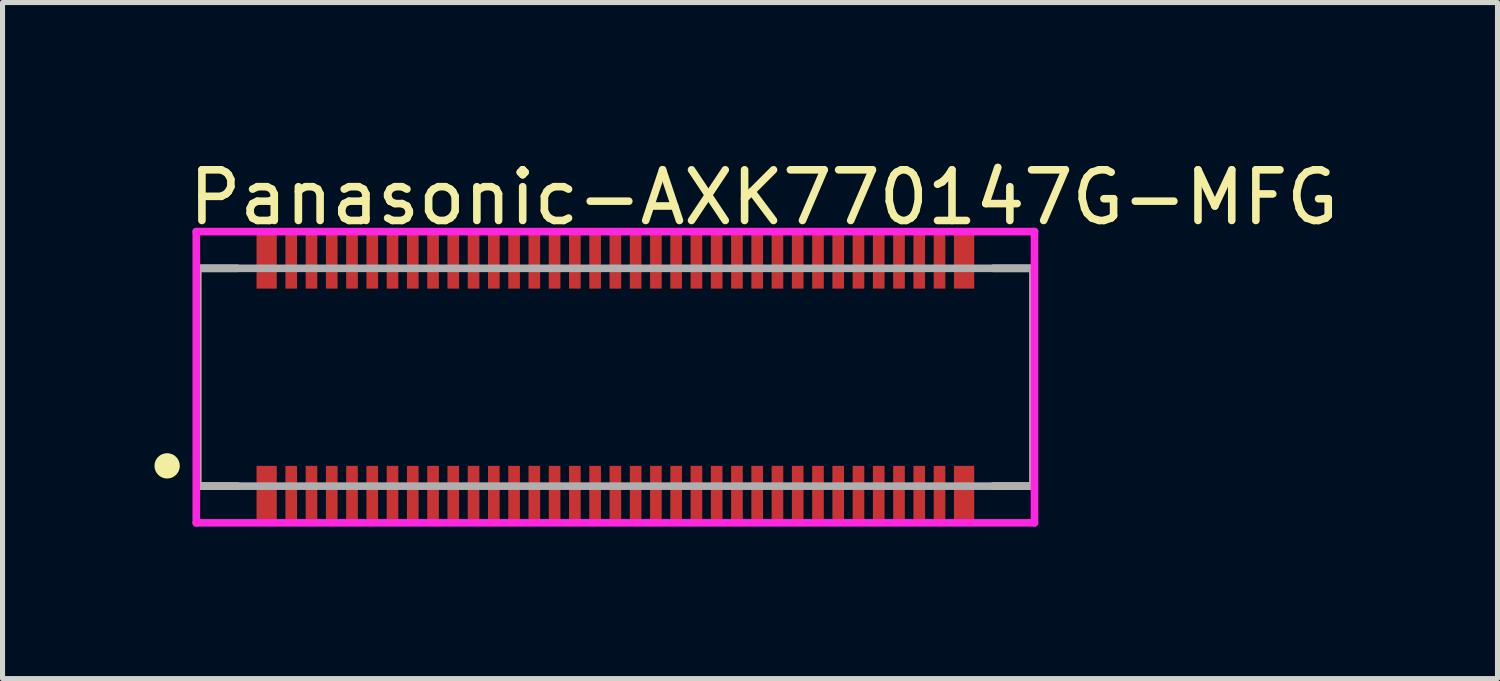
<source format=kicad_pcb>
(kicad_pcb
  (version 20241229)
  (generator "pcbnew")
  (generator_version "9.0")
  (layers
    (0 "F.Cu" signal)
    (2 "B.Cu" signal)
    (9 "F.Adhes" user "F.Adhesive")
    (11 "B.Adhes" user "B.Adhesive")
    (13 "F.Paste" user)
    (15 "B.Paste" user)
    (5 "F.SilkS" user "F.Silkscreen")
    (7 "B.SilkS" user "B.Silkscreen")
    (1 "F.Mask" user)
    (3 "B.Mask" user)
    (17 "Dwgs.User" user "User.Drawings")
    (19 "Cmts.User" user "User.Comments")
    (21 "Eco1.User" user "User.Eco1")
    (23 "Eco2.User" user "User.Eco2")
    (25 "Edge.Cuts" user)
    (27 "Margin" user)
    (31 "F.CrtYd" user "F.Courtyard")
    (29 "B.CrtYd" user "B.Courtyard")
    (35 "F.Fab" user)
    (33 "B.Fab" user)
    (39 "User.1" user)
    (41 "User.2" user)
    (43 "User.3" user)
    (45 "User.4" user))
  (footprint "Panasonic-AXK770147G-MFG"
    (layer "F.Cu")
    (at 9.1 4.398)
    (property "Reference" "Panasonic-AXK770147G-MFG" (at -8.5 -3.55 0) (layer "F.SilkS") (effects (font (size 1 1) (thickness 0.15)) (justify left)))
    (attr through_hole)
    (fp_line (start -8.25 -2.15) (end -7.46 -2.15) (stroke (width 0.15) (type solid)) (layer "F.SilkS"))
    (fp_line (start -8.25 2.15) (end -8.25 -2.15) (stroke (width 0.15) (type solid)) (layer "F.SilkS"))
    (fp_line (start -8.25 2.15) (end -7.46 2.15) (stroke (width 0.15) (type solid)) (layer "F.SilkS"))
    (fp_line (start 7.46 -2.15) (end 8.25 -2.15) (stroke (width 0.15) (type solid)) (layer "F.SilkS"))
    (fp_line (start 7.46 2.15) (end 8.25 2.15) (stroke (width 0.15) (type solid)) (layer "F.SilkS"))
    (fp_line (start 8.25 2.15) (end 8.25 -2.15) (stroke (width 0.15) (type solid)) (layer "F.SilkS"))
    (fp_circle (center -8.85 1.75) (end -8.725 1.75) (stroke (width 0.25) (type solid)) (fill no) (layer "F.SilkS"))
    (fp_line (start -8.275 -2.875) (end -8.275 2.875) (stroke (width 0.15) (type solid)) (layer "F.CrtYd"))
    (fp_line (start -8.275 2.875) (end 8.275 2.875) (stroke (width 0.15) (type solid)) (layer "F.CrtYd"))
    (fp_line (start 8.275 -2.875) (end -8.275 -2.875) (stroke (width 0.15) (type solid)) (layer "F.CrtYd"))
    (fp_line (start 8.275 -2.875) (end 8.275 -2.875) (stroke (width 0.15) (type solid)) (layer "F.CrtYd"))
    (fp_line (start 8.275 2.875) (end 8.275 -2.875) (stroke (width 0.15) (type solid)) (layer "F.CrtYd"))
    (fp_line (start -8.25 -2.15) (end 8.25 -2.15) (stroke (width 0.15) (type solid)) (layer "F.Fab"))
    (fp_line (start -8.25 2.15) (end -8.25 -2.15) (stroke (width 0.15) (type solid)) (layer "F.Fab"))
    (fp_line (start 8.25 -2.15) (end 8.25 2.15) (stroke (width 0.15) (type solid)) (layer "F.Fab"))
    (fp_line (start 8.25 2.15) (end -8.25 2.15) (stroke (width 0.15) (type solid)) (layer "F.Fab"))
    (pad "" smd rect (at -6.875 -2.435) (size 0.35 0.63) (layers "F.Paste"))
    (pad "" smd rect (at -6.875 2.435) (size 0.35 0.63) (layers "F.Paste"))
    (pad "" smd rect (at -6.4 -2.435) (size 0.2 0.63) (layers "F.Paste"))
    (pad "" smd rect (at -6.4 2.435) (size 0.2 0.63) (layers "F.Paste"))
    (pad "" smd rect (at -6 -2.435) (size 0.2 0.63) (layers "F.Paste"))
    (pad "" smd rect (at -6 2.435) (size 0.2 0.63) (layers "F.Paste"))
    (pad "" smd rect (at -5.6 -2.435) (size 0.2 0.63) (layers "F.Paste"))
    (pad "" smd rect (at -5.6 2.435) (size 0.2 0.63) (layers "F.Paste"))
    (pad "" smd rect (at -5.2 -2.435) (size 0.2 0.63) (layers "F.Paste"))
    (pad "" smd rect (at -5.2 2.435) (size 0.2 0.63) (layers "F.Paste"))
    (pad "" smd rect (at -4.8 -2.435) (size 0.2 0.63) (layers "F.Paste"))
    (pad "" smd rect (at -4.8 2.435) (size 0.2 0.63) (layers "F.Paste"))
    (pad "" smd rect (at -4.4 -2.435) (size 0.2 0.63) (layers "F.Paste"))
    (pad "" smd rect (at -4.4 2.435) (size 0.2 0.63) (layers "F.Paste"))
    (pad "" smd rect (at -4 -2.435) (size 0.2 0.63) (layers "F.Paste"))
    (pad "" smd rect (at -4 2.435) (size 0.2 0.63) (layers "F.Paste"))
    (pad "" smd rect (at -3.6 -2.435) (size 0.2 0.63) (layers "F.Paste"))
    (pad "" smd rect (at -3.6 2.435) (size 0.2 0.63) (layers "F.Paste"))
    (pad "" smd rect (at -3.2 -2.435) (size 0.2 0.63) (layers "F.Paste"))
    (pad "" smd rect (at -3.2 2.435) (size 0.2 0.63) (layers "F.Paste"))
    (pad "" smd rect (at -2.8 -2.435) (size 0.2 0.63) (layers "F.Paste"))
    (pad "" smd rect (at -2.8 2.435) (size 0.2 0.63) (layers "F.Paste"))
    (pad "" smd rect (at -2.4 -2.435) (size 0.2 0.63) (layers "F.Paste"))
    (pad "" smd rect (at -2.4 2.435) (size 0.2 0.63) (layers "F.Paste"))
    (pad "" smd rect (at -2 -2.435) (size 0.2 0.63) (layers "F.Paste"))
    (pad "" smd rect (at -2 2.435) (size 0.2 0.63) (layers "F.Paste"))
    (pad "" smd rect (at -1.6 -2.435) (size 0.2 0.63) (layers "F.Paste"))
    (pad "" smd rect (at -1.6 2.435) (size 0.2 0.63) (layers "F.Paste"))
    (pad "" smd rect (at -1.2 -2.435) (size 0.2 0.63) (layers "F.Paste"))
    (pad "" smd rect (at -1.2 2.435) (size 0.2 0.63) (layers "F.Paste"))
    (pad "" smd rect (at -0.8 -2.435) (size 0.2 0.63) (layers "F.Paste"))
    (pad "" smd rect (at -0.8 2.435) (size 0.2 0.63) (layers "F.Paste"))
    (pad "" smd rect (at -0.4 -2.435) (size 0.2 0.63) (layers "F.Paste"))
    (pad "" smd rect (at -0.4 2.435) (size 0.2 0.63) (layers "F.Paste"))
    (pad "" smd rect (at 0 -2.435) (size 0.2 0.63) (layers "F.Paste"))
    (pad "" smd rect (at 0 2.435) (size 0.2 0.63) (layers "F.Paste"))
    (pad "" smd rect (at 0.4 -2.435) (size 0.2 0.63) (layers "F.Paste"))
    (pad "" smd rect (at 0.4 2.435) (size 0.2 0.63) (layers "F.Paste"))
    (pad "" smd rect (at 0.8 -2.435) (size 0.2 0.63) (layers "F.Paste"))
    (pad "" smd rect (at 0.8 2.435) (size 0.2 0.63) (layers "F.Paste"))
    (pad "" smd rect (at 1.2 -2.435) (size 0.2 0.63) (layers "F.Paste"))
    (pad "" smd rect (at 1.2 2.435) (size 0.2 0.63) (layers "F.Paste"))
    (pad "" smd rect (at 1.6 -2.435) (size 0.2 0.63) (layers "F.Paste"))
    (pad "" smd rect (at 1.6 2.435) (size 0.2 0.63) (layers "F.Paste"))
    (pad "" smd rect (at 2 -2.435) (size 0.2 0.63) (layers "F.Paste"))
    (pad "" smd rect (at 2 2.435) (size 0.2 0.63) (layers "F.Paste"))
    (pad "" smd rect (at 2.4 -2.435) (size 0.2 0.63) (layers "F.Paste"))
    (pad "" smd rect (at 2.4 2.435) (size 0.2 0.63) (layers "F.Paste"))
    (pad "" smd rect (at 2.8 -2.435) (size 0.2 0.63) (layers "F.Paste"))
    (pad "" smd rect (at 2.8 2.435) (size 0.2 0.63) (layers "F.Paste"))
    (pad "" smd rect (at 3.2 -2.435) (size 0.2 0.63) (layers "F.Paste"))
    (pad "" smd rect (at 3.2 2.435) (size 0.2 0.63) (layers "F.Paste"))
    (pad "" smd rect (at 3.6 -2.435) (size 0.2 0.63) (layers "F.Paste"))
    (pad "" smd rect (at 3.6 2.435) (size 0.2 0.63) (layers "F.Paste"))
    (pad "" smd rect (at 4 -2.435) (size 0.2 0.63) (layers "F.Paste"))
    (pad "" smd rect (at 4 2.435) (size 0.2 0.63) (layers "F.Paste"))
    (pad "" smd rect (at 4.4 -2.435) (size 0.2 0.63) (layers "F.Paste"))
    (pad "" smd rect (at 4.4 2.435) (size 0.2 0.63) (layers "F.Paste"))
    (pad "" smd rect (at 4.8 -2.435) (size 0.2 0.63) (layers "F.Paste"))
    (pad "" smd rect (at 4.8 2.435) (size 0.2 0.63) (layers "F.Paste"))
    (pad "" smd rect (at 5.2 -2.435) (size 0.2 0.63) (layers "F.Paste"))
    (pad "" smd rect (at 5.2 2.435) (size 0.2 0.63) (layers "F.Paste"))
    (pad "" smd rect (at 5.6 -2.435) (size 0.2 0.63) (layers "F.Paste"))
    (pad "" smd rect (at 5.6 2.435) (size 0.2 0.63) (layers "F.Paste"))
    (pad "" smd rect (at 6 -2.435) (size 0.2 0.63) (layers "F.Paste"))
    (pad "" smd rect (at 6 2.435) (size 0.2 0.63) (layers "F.Paste"))
    (pad "" smd rect (at 6.4 -2.435) (size 0.2 0.63) (layers "F.Paste"))
    (pad "" smd rect (at 6.4 2.435) (size 0.2 0.63) (layers "F.Paste"))
    (pad "" smd rect (at 6.875 -2.435) (size 0.35 0.63) (layers "F.Paste"))
    (pad "" smd rect (at 6.875 2.435) (size 0.35 0.63) (layers "F.Paste"))
    (pad "1" smd rect (at -6.885 2.3) (size 0.4 1.1) (layers "F.Cu" "F.Mask"))
    (pad "2" smd rect (at -6.885 -2.3) (size 0.4 1.1) (layers "F.Cu" "F.Mask"))
    (pad "3" smd rect (at -6.4 2.3) (size 0.23 1.1) (layers "F.Cu" "F.Mask"))
    (pad "4" smd rect (at -6.4 -2.3) (size 0.23 1.1) (layers "F.Cu" "F.Mask"))
    (pad "5" smd rect (at -6 2.3) (size 0.23 1.1) (layers "F.Cu" "F.Mask"))
    (pad "6" smd rect (at -6 -2.3) (size 0.23 1.1) (layers "F.Cu" "F.Mask"))
    (pad "7" smd rect (at -5.6 2.3) (size 0.23 1.1) (layers "F.Cu" "F.Mask"))
    (pad "8" smd rect (at -5.6 -2.3) (size 0.23 1.1) (layers "F.Cu" "F.Mask"))
    (pad "9" smd rect (at -5.2 2.3) (size 0.23 1.1) (layers "F.Cu" "F.Mask"))
    (pad "10" smd rect (at -5.2 -2.3) (size 0.23 1.1) (layers "F.Cu" "F.Mask"))
    (pad "11" smd rect (at -4.8 2.3) (size 0.23 1.1) (layers "F.Cu" "F.Mask"))
    (pad "12" smd rect (at -4.8 -2.3) (size 0.23 1.1) (layers "F.Cu" "F.Mask"))
    (pad "13" smd rect (at -4.4 2.3) (size 0.23 1.1) (layers "F.Cu" "F.Mask"))
    (pad "14" smd rect (at -4.4 -2.3) (size 0.23 1.1) (layers "F.Cu" "F.Mask"))
    (pad "15" smd rect (at -4 2.3) (size 0.23 1.1) (layers "F.Cu" "F.Mask"))
    (pad "16" smd rect (at -4 -2.3) (size 0.23 1.1) (layers "F.Cu" "F.Mask"))
    (pad "17" smd rect (at -3.6 2.3) (size 0.23 1.1) (layers "F.Cu" "F.Mask"))
    (pad "18" smd rect (at -3.6 -2.3) (size 0.23 1.1) (layers "F.Cu" "F.Mask"))
    (pad "19" smd rect (at -3.2 2.3) (size 0.23 1.1) (layers "F.Cu" "F.Mask"))
    (pad "20" smd rect (at -3.2 -2.3) (size 0.23 1.1) (layers "F.Cu" "F.Mask"))
    (pad "21" smd rect (at -2.8 2.3) (size 0.23 1.1) (layers "F.Cu" "F.Mask"))
    (pad "22" smd rect (at -2.8 -2.3) (size 0.23 1.1) (layers "F.Cu" "F.Mask"))
    (pad "23" smd rect (at -2.4 2.3) (size 0.23 1.1) (layers "F.Cu" "F.Mask"))
    (pad "24" smd rect (at -2.4 -2.3) (size 0.23 1.1) (layers "F.Cu" "F.Mask"))
    (pad "25" smd rect (at -2 2.3) (size 0.23 1.1) (layers "F.Cu" "F.Mask"))
    (pad "26" smd rect (at -2 -2.3) (size 0.23 1.1) (layers "F.Cu" "F.Mask"))
    (pad "27" smd rect (at -1.6 2.3) (size 0.23 1.1) (layers "F.Cu" "F.Mask"))
    (pad "28" smd rect (at -1.6 -2.3) (size 0.23 1.1) (layers "F.Cu" "F.Mask"))
    (pad "29" smd rect (at -1.2 2.3) (size 0.23 1.1) (layers "F.Cu" "F.Mask"))
    (pad "30" smd rect (at -1.2 -2.3) (size 0.23 1.1) (layers "F.Cu" "F.Mask"))
    (pad "31" smd rect (at -0.8 2.3) (size 0.23 1.1) (layers "F.Cu" "F.Mask"))
    (pad "32" smd rect (at -0.8 -2.3) (size 0.23 1.1) (layers "F.Cu" "F.Mask"))
    (pad "33" smd rect (at -0.4 2.3) (size 0.23 1.1) (layers "F.Cu" "F.Mask"))
    (pad "34" smd rect (at -0.4 -2.3) (size 0.23 1.1) (layers "F.Cu" "F.Mask"))
    (pad "35" smd rect (at 0 2.3) (size 0.23 1.1) (layers "F.Cu" "F.Mask"))
    (pad "36" smd rect (at 0 -2.3) (size 0.23 1.1) (layers "F.Cu" "F.Mask"))
    (pad "37" smd rect (at 0.4 2.3) (size 0.23 1.1) (layers "F.Cu" "F.Mask"))
    (pad "38" smd rect (at 0.4 -2.3) (size 0.23 1.1) (layers "F.Cu" "F.Mask"))
    (pad "39" smd rect (at 0.8 2.3) (size 0.23 1.1) (layers "F.Cu" "F.Mask"))
    (pad "40" smd rect (at 0.8 -2.3) (size 0.23 1.1) (layers "F.Cu" "F.Mask"))
    (pad "41" smd rect (at 1.2 2.3) (size 0.23 1.1) (layers "F.Cu" "F.Mask"))
    (pad "42" smd rect (at 1.2 -2.3) (size 0.23 1.1) (layers "F.Cu" "F.Mask"))
    (pad "43" smd rect (at 1.6 2.3) (size 0.23 1.1) (layers "F.Cu" "F.Mask"))
    (pad "44" smd rect (at 1.6 -2.3) (size 0.23 1.1) (layers "F.Cu" "F.Mask"))
    (pad "45" smd rect (at 2 2.3) (size 0.23 1.1) (layers "F.Cu" "F.Mask"))
    (pad "46" smd rect (at 2 -2.3) (size 0.23 1.1) (layers "F.Cu" "F.Mask"))
    (pad "47" smd rect (at 2.4 2.3) (size 0.23 1.1) (layers "F.Cu" "F.Mask"))
    (pad "48" smd rect (at 2.4 -2.3) (size 0.23 1.1) (layers "F.Cu" "F.Mask"))
    (pad "49" smd rect (at 2.8 2.3) (size 0.23 1.1) (layers "F.Cu" "F.Mask"))
    (pad "50" smd rect (at 2.8 -2.3) (size 0.23 1.1) (layers "F.Cu" "F.Mask"))
    (pad "51" smd rect (at 3.2 2.3) (size 0.23 1.1) (layers "F.Cu" "F.Mask"))
    (pad "52" smd rect (at 3.2 -2.3) (size 0.23 1.1) (layers "F.Cu" "F.Mask"))
    (pad "53" smd rect (at 3.6 2.3) (size 0.23 1.1) (layers "F.Cu" "F.Mask"))
    (pad "54" smd rect (at 3.6 -2.3) (size 0.23 1.1) (layers "F.Cu" "F.Mask"))
    (pad "55" smd rect (at 4 2.3) (size 0.23 1.1) (layers "F.Cu" "F.Mask"))
    (pad "56" smd rect (at 4 -2.3) (size 0.23 1.1) (layers "F.Cu" "F.Mask"))
    (pad "57" smd rect (at 4.4 2.3) (size 0.23 1.1) (layers "F.Cu" "F.Mask"))
    (pad "58" smd rect (at 4.4 -2.3) (size 0.23 1.1) (layers "F.Cu" "F.Mask"))
    (pad "59" smd rect (at 4.8 2.3) (size 0.23 1.1) (layers "F.Cu" "F.Mask"))
    (pad "60" smd rect (at 4.8 -2.3) (size 0.23 1.1) (layers "F.Cu" "F.Mask"))
    (pad "61" smd rect (at 5.2 2.3) (size 0.23 1.1) (layers "F.Cu" "F.Mask"))
    (pad "62" smd rect (at 5.2 -2.3) (size 0.23 1.1) (layers "F.Cu" "F.Mask"))
    (pad "63" smd rect (at 5.6 2.3) (size 0.23 1.1) (layers "F.Cu" "F.Mask"))
    (pad "64" smd rect (at 5.6 -2.3) (size 0.23 1.1) (layers "F.Cu" "F.Mask"))
    (pad "65" smd rect (at 6 2.3) (size 0.23 1.1) (layers "F.Cu" "F.Mask"))
    (pad "66" smd rect (at 6 -2.3) (size 0.23 1.1) (layers "F.Cu" "F.Mask"))
    (pad "67" smd rect (at 6.4 2.3) (size 0.23 1.1) (layers "F.Cu" "F.Mask"))
    (pad "68" smd rect (at 6.4 -2.3) (size 0.23 1.1) (layers "F.Cu" "F.Mask"))
    (pad "69" smd rect (at 6.885 2.3) (size 0.4 1.1) (layers "F.Cu" "F.Mask"))
    (pad "70" smd rect (at 6.885 -2.3) (size 0.4 1.1) (layers "F.Cu" "F.Mask")))
  (gr_rect
    (start -3 -3)
    (end 26.517 10.348)
    (stroke (width 0.1) (type default))
    (fill no)
    (layer "Edge.Cuts")))
</source>
